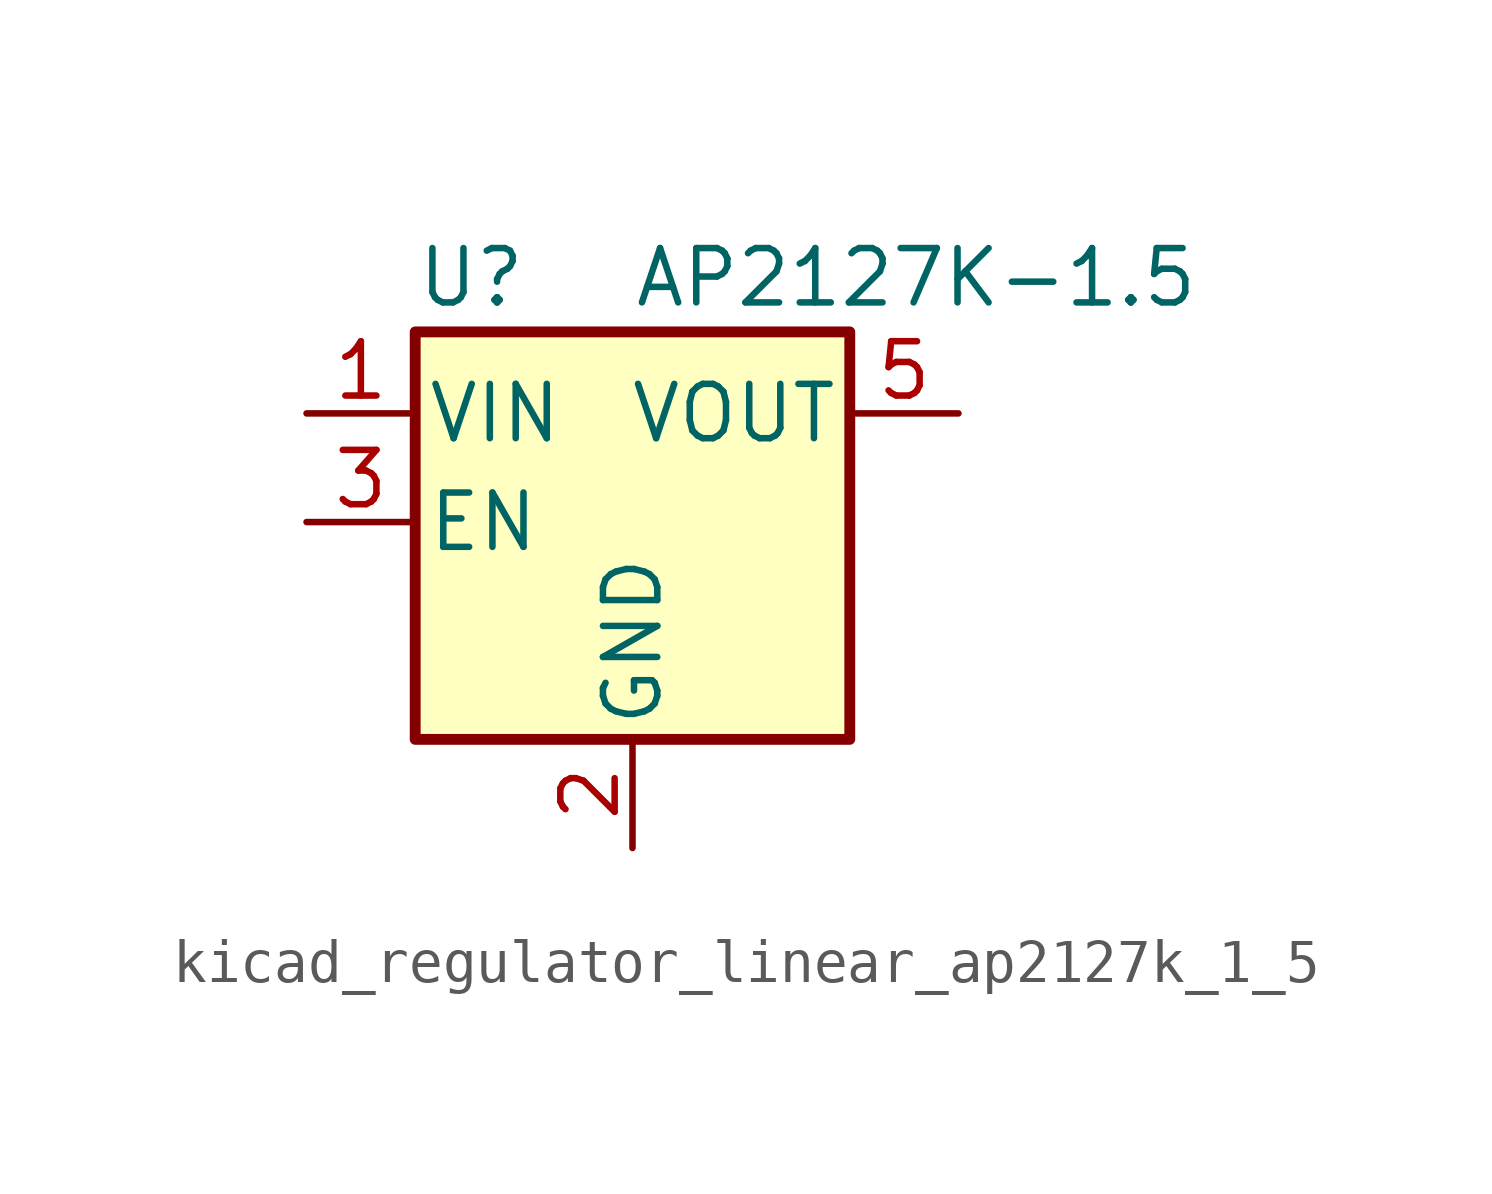
<source format=kicad_sym>
(kicad_symbol_lib
  (version 20220914)
  (generator kicad_symbol_editor)
  (symbol "kicad_regulator_linear_ap2127k_1_5"
    (pin_names
      (offset 0.254))
    (property "Reference" "U"
      (at -5.08 5.715 0)
      (effects (font (size 1.27 1.27)) (justify left)))
    (property "Value" "AP2127K-1.5"
      (at 0 5.715 0)
      (effects (font (size 1.27 1.27)) (justify left)))
    (symbol "kicad_regulator_linear_ap2127k_1_5_0_1"
      (rectangle (start -5.08 4.445) (end 5.08 -5.08) (stroke (width 0.254) (type default)) (fill (type background))))
    (symbol "kicad_regulator_linear_ap2127k_1_5_1_1"
      (pin power_in line (at -7.62 2.54 0) (length 2.54) (name "VIN" (effects (font (size 1.27 1.27)))) (number "1" (effects (font (size 1.27 1.27)))))
      (pin power_in line (at 0 -7.62 90) (length 2.54) (name "GND" (effects (font (size 1.27 1.27)))) (number "2" (effects (font (size 1.27 1.27)))))
      (pin input line (at -7.62 0 0) (length 2.54) (name "EN" (effects (font (size 1.27 1.27)))) (number "3" (effects (font (size 1.27 1.27)))))
      (pin no_connect line (at 5.08 0 180) (length 2.54) hide (name "NC" (effects (font (size 1.27 1.27)))) (number "4" (effects (font (size 1.27 1.27)))))
      (pin power_out line (at 7.62 2.54 180) (length 2.54) (name "VOUT" (effects (font (size 1.27 1.27)))) (number "5" (effects (font (size 1.27 1.27))))))))
</source>
